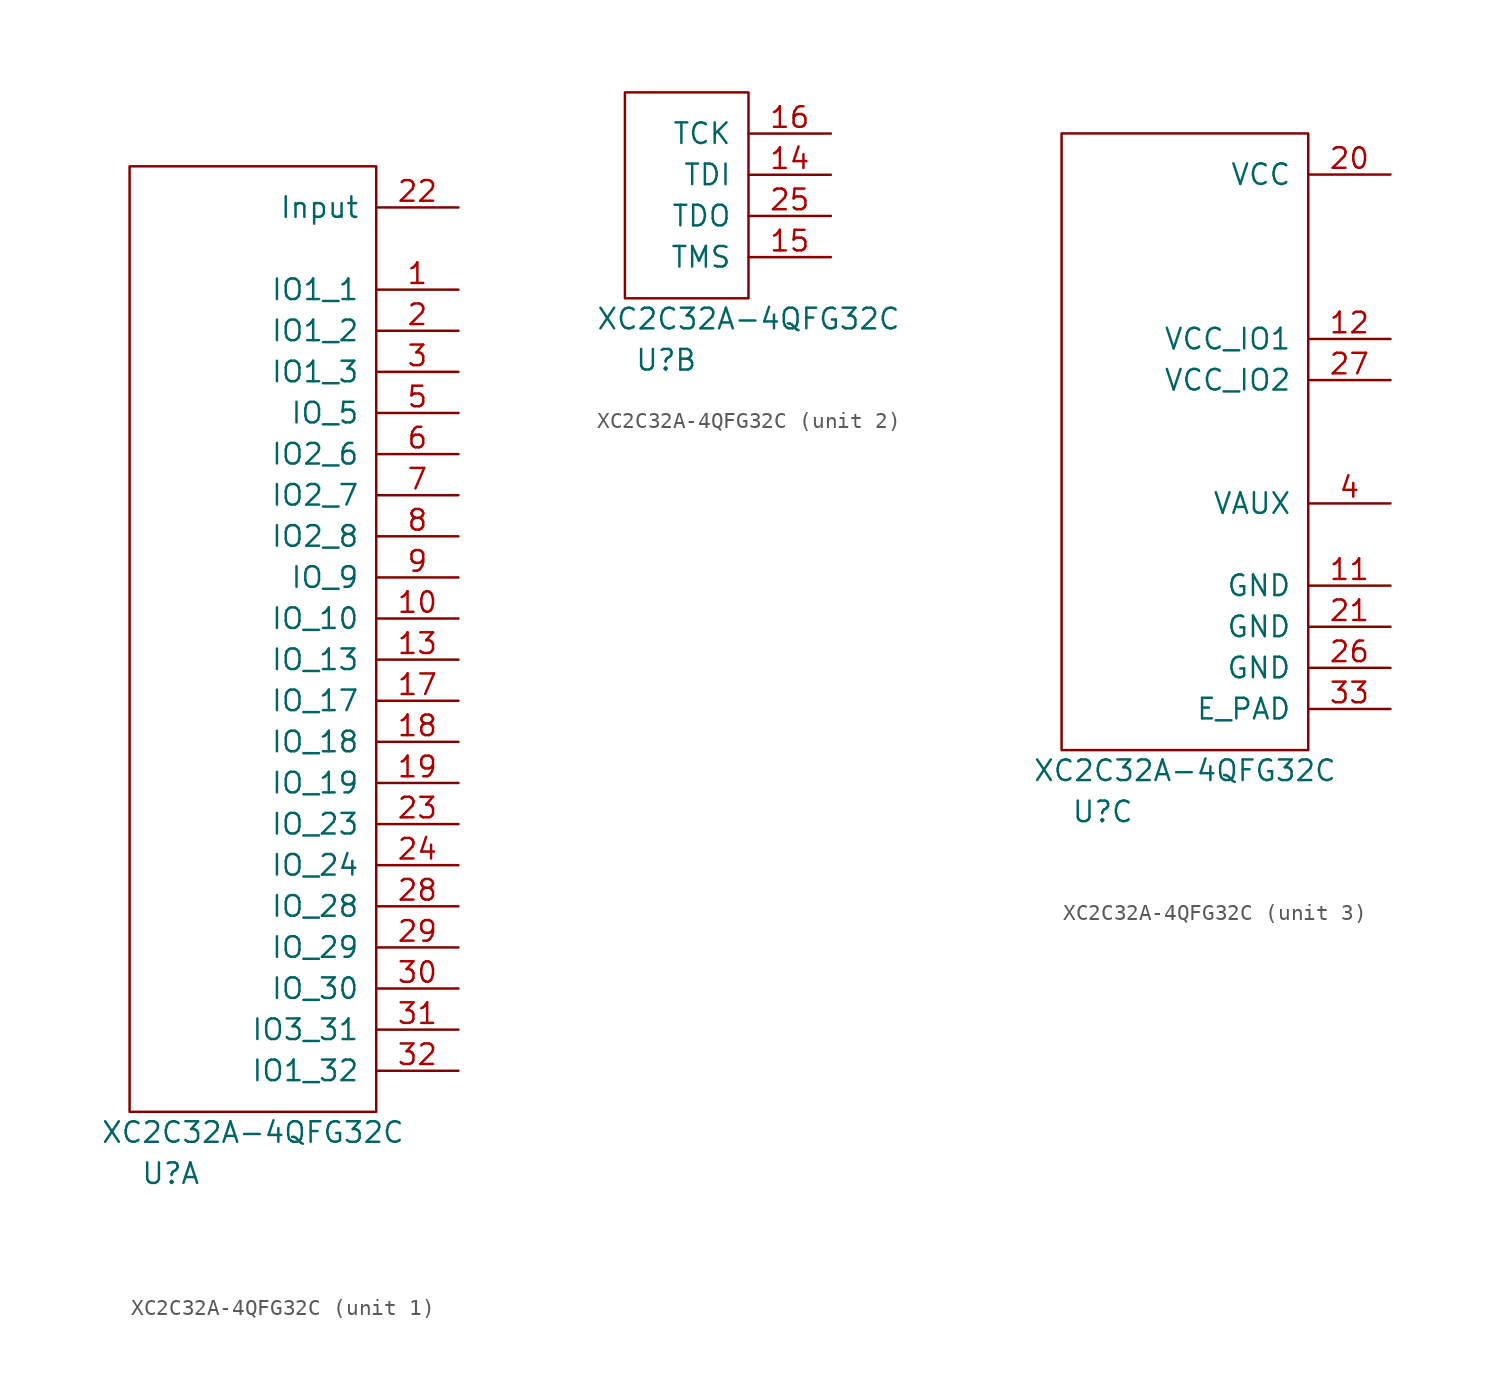
<source format=kicad_sym>
(kicad_symbol_lib
  (version 20220914)
  (generator kicad_symbol_editor)
  (symbol "XC2C32A-4QFG32C"
    (pin_names
      (offset 1.016))
    (property "Reference" "U"
      (at 2.54 -3.81 0)
      (effects (font (size 1.27 1.27))))
    (property "Value" "XC2C32A-4QFG32C"
      (at 7.62 -1.27 0)
      (effects (font (size 1.27 1.27))))
    (property "ki_locked" ""
      (at 0 0 0)
      (effects (font (size 1.27 1.27))))
    (symbol "XC2C32A-4QFG32C_1_1"
      (rectangle (start 0 58.42) (end 15.24 0) (stroke (width 0) (type solid)) (fill (type none)))
      (pin bidirectional line (at 20.32 50.8 180) (length 5.08) (name "IO1_1" (effects (font (size 1.27 1.27)))) (number "1" (effects (font (size 1.27 1.27)))))
      (pin bidirectional line (at 20.32 30.48 180) (length 5.08) (name "IO_10" (effects (font (size 1.27 1.27)))) (number "10" (effects (font (size 1.27 1.27)))))
      (pin bidirectional line (at 20.32 27.94 180) (length 5.08) (name "IO_13" (effects (font (size 1.27 1.27)))) (number "13" (effects (font (size 1.27 1.27)))))
      (pin bidirectional line (at 20.32 25.4 180) (length 5.08) (name "IO_17" (effects (font (size 1.27 1.27)))) (number "17" (effects (font (size 1.27 1.27)))))
      (pin bidirectional line (at 20.32 22.86 180) (length 5.08) (name "IO_18" (effects (font (size 1.27 1.27)))) (number "18" (effects (font (size 1.27 1.27)))))
      (pin bidirectional line (at 20.32 20.32 180) (length 5.08) (name "IO_19" (effects (font (size 1.27 1.27)))) (number "19" (effects (font (size 1.27 1.27)))))
      (pin bidirectional line (at 20.32 48.26 180) (length 5.08) (name "IO1_2" (effects (font (size 1.27 1.27)))) (number "2" (effects (font (size 1.27 1.27)))))
      (pin input line (at 20.32 55.88 180) (length 5.08) (name "Input" (effects (font (size 1.27 1.27)))) (number "22" (effects (font (size 1.27 1.27)))))
      (pin bidirectional line (at 20.32 17.78 180) (length 5.08) (name "IO_23" (effects (font (size 1.27 1.27)))) (number "23" (effects (font (size 1.27 1.27)))))
      (pin bidirectional line (at 20.32 15.24 180) (length 5.08) (name "IO_24" (effects (font (size 1.27 1.27)))) (number "24" (effects (font (size 1.27 1.27)))))
      (pin bidirectional line (at 20.32 12.7 180) (length 5.08) (name "IO_28" (effects (font (size 1.27 1.27)))) (number "28" (effects (font (size 1.27 1.27)))))
      (pin bidirectional line (at 20.32 10.16 180) (length 5.08) (name "IO_29" (effects (font (size 1.27 1.27)))) (number "29" (effects (font (size 1.27 1.27)))))
      (pin bidirectional line (at 20.32 45.72 180) (length 5.08) (name "IO1_3" (effects (font (size 1.27 1.27)))) (number "3" (effects (font (size 1.27 1.27)))))
      (pin bidirectional line (at 20.32 7.62 180) (length 5.08) (name "IO_30" (effects (font (size 1.27 1.27)))) (number "30" (effects (font (size 1.27 1.27)))))
      (pin bidirectional line (at 20.32 5.08 180) (length 5.08) (name "IO3_31" (effects (font (size 1.27 1.27)))) (number "31" (effects (font (size 1.27 1.27)))))
      (pin bidirectional line (at 20.32 2.54 180) (length 5.08) (name "IO1_32" (effects (font (size 1.27 1.27)))) (number "32" (effects (font (size 1.27 1.27)))))
      (pin bidirectional line (at 20.32 43.18 180) (length 5.08) (name "IO_5" (effects (font (size 1.27 1.27)))) (number "5" (effects (font (size 1.27 1.27)))))
      (pin bidirectional line (at 20.32 40.64 180) (length 5.08) (name "IO2_6" (effects (font (size 1.27 1.27)))) (number "6" (effects (font (size 1.27 1.27)))))
      (pin bidirectional line (at 20.32 38.1 180) (length 5.08) (name "IO2_7" (effects (font (size 1.27 1.27)))) (number "7" (effects (font (size 1.27 1.27)))))
      (pin bidirectional line (at 20.32 35.56 180) (length 5.08) (name "IO2_8" (effects (font (size 1.27 1.27)))) (number "8" (effects (font (size 1.27 1.27)))))
      (pin bidirectional line (at 20.32 33.02 180) (length 5.08) (name "IO_9" (effects (font (size 1.27 1.27)))) (number "9" (effects (font (size 1.27 1.27))))))
    (symbol "XC2C32A-4QFG32C_2_1"
      (rectangle (start 0 12.7) (end 7.62 0) (stroke (width 0) (type solid)) (fill (type none)))
      (pin input line (at 12.7 7.62 180) (length 5.08) (name "TDI" (effects (font (size 1.27 1.27)))) (number "14" (effects (font (size 1.27 1.27)))))
      (pin input line (at 12.7 2.54 180) (length 5.08) (name "TMS" (effects (font (size 1.27 1.27)))) (number "15" (effects (font (size 1.27 1.27)))))
      (pin input line (at 12.7 10.16 180) (length 5.08) (name "TCK" (effects (font (size 1.27 1.27)))) (number "16" (effects (font (size 1.27 1.27)))))
      (pin output line (at 12.7 5.08 180) (length 5.08) (name "TDO" (effects (font (size 1.27 1.27)))) (number "25" (effects (font (size 1.27 1.27))))))
    (symbol "XC2C32A-4QFG32C_3_1"
      (rectangle (start 0 38.1) (end 15.24 0) (stroke (width 0) (type solid)) (fill (type none)))
      (pin power_in line (at 20.32 10.16 180) (length 5.08) (name "GND" (effects (font (size 1.27 1.27)))) (number "11" (effects (font (size 1.27 1.27)))))
      (pin power_in line (at 20.32 25.4 180) (length 5.08) (name "VCC_IO1" (effects (font (size 1.27 1.27)))) (number "12" (effects (font (size 1.27 1.27)))))
      (pin power_in line (at 20.32 35.56 180) (length 5.08) (name "VCC" (effects (font (size 1.27 1.27)))) (number "20" (effects (font (size 1.27 1.27)))))
      (pin power_in line (at 20.32 7.62 180) (length 5.08) (name "GND" (effects (font (size 1.27 1.27)))) (number "21" (effects (font (size 1.27 1.27)))))
      (pin power_in line (at 20.32 5.08 180) (length 5.08) (name "GND" (effects (font (size 1.27 1.27)))) (number "26" (effects (font (size 1.27 1.27)))))
      (pin power_in line (at 20.32 22.86 180) (length 5.08) (name "VCC_IO2" (effects (font (size 1.27 1.27)))) (number "27" (effects (font (size 1.27 1.27)))))
      (pin power_in line (at 20.32 2.54 180) (length 5.08) (name "E_PAD" (effects (font (size 1.27 1.27)))) (number "33" (effects (font (size 1.27 1.27)))))
      (pin power_in line (at 20.32 15.24 180) (length 5.08) (name "VAUX" (effects (font (size 1.27 1.27)))) (number "4" (effects (font (size 1.27 1.27))))))))
</source>
